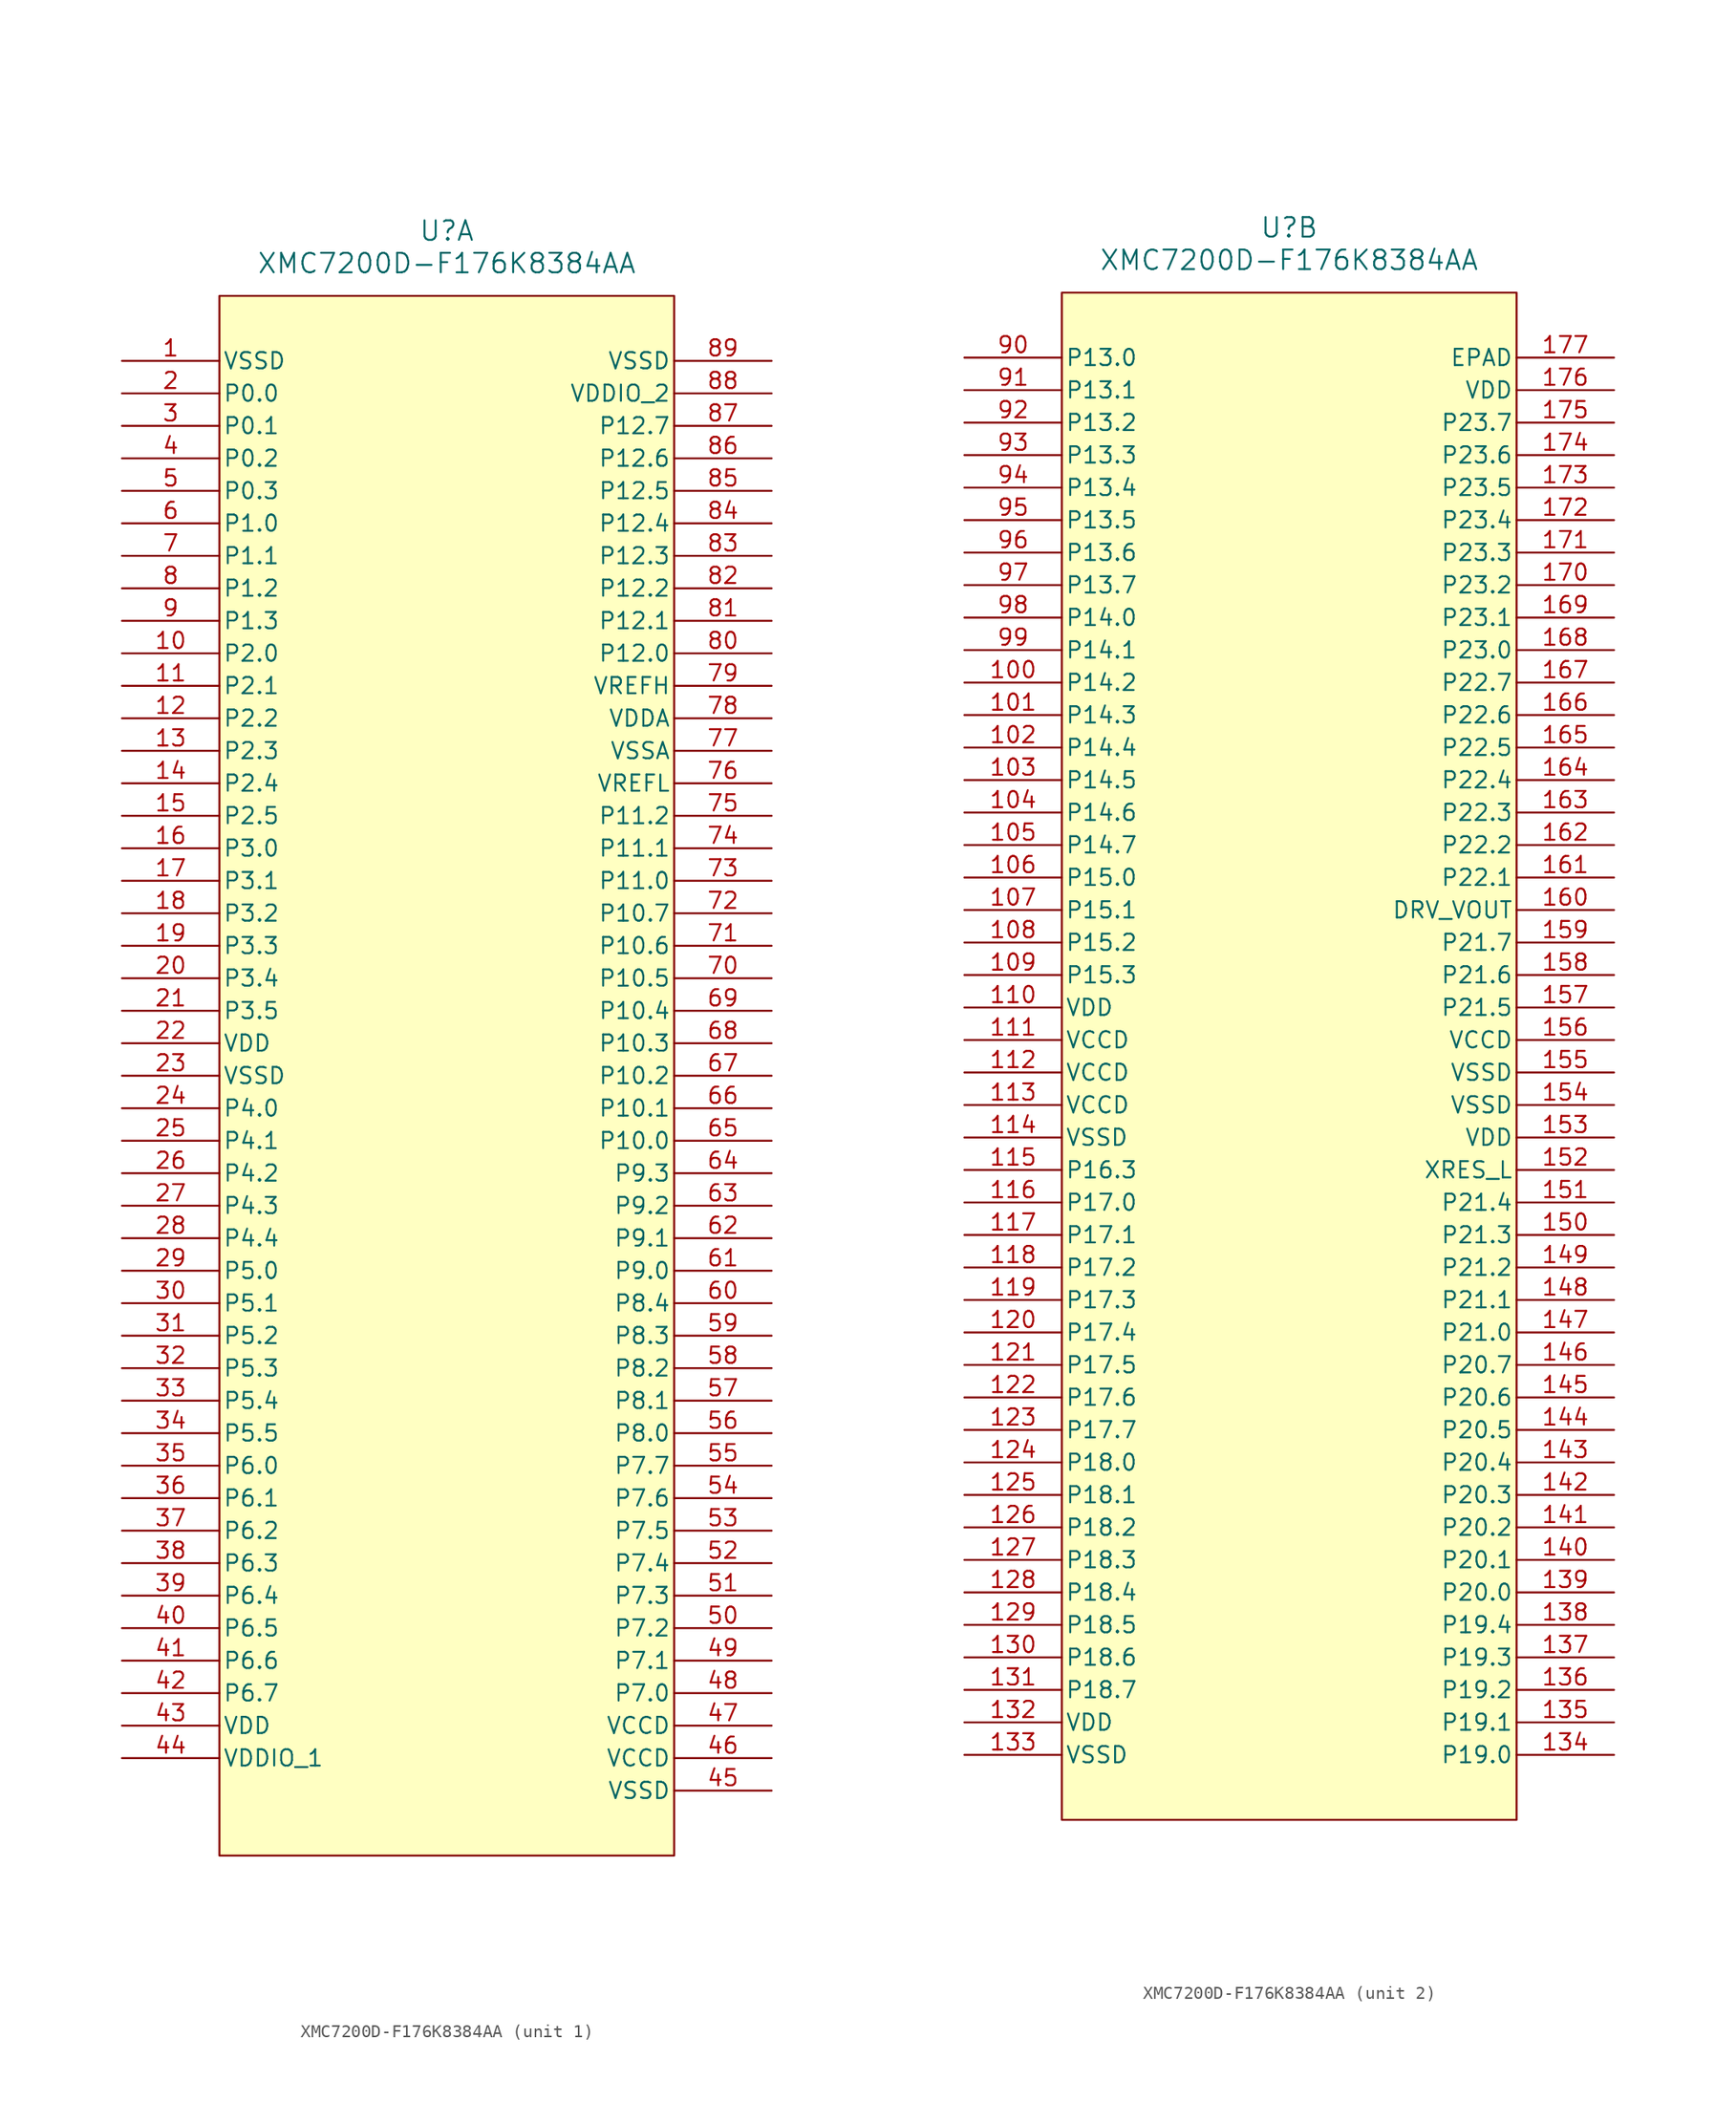
<source format=kicad_sym>
(kicad_symbol_lib
  (version 20231120)
  (generator "kicad_symbol_editor")
  (generator_version "8.0")
  (symbol "XMC7200D-F176K8384AA"
    (pin_names
      (offset 0.254))
    (property "Reference" "U"
      (at 25.4 10.16 0)
      (effects (font (size 1.524 1.524))))
    (property "Value" "XMC7200D-F176K8384AA"
      (at 25.4 7.62 0)
      (effects (font (size 1.524 1.524))))
    (property "ki_locked" ""
      (at 0 0 0)
      (effects (font (size 1.27 1.27))))
    (symbol "XMC7200D-F176K8384AA_1_1"
      (rectangle (start 7.62 5.08) (end 43.18 -116.84) (stroke (width 0) (type default)) (fill (type background)))
      (pin power_out line (at 0 0 0) (length 7.62) (name "VSSD" (effects (font (size 1.27 1.27)))) (number "1" (effects (font (size 1.27 1.27)))))
      (pin bidirectional line (at 0 -22.86 0) (length 7.62) (name "P2.0" (effects (font (size 1.27 1.27)))) (number "10" (effects (font (size 1.27 1.27)))))
      (pin bidirectional line (at 0 -25.4 0) (length 7.62) (name "P2.1" (effects (font (size 1.27 1.27)))) (number "11" (effects (font (size 1.27 1.27)))))
      (pin bidirectional line (at 0 -27.94 0) (length 7.62) (name "P2.2" (effects (font (size 1.27 1.27)))) (number "12" (effects (font (size 1.27 1.27)))))
      (pin bidirectional line (at 0 -30.48 0) (length 7.62) (name "P2.3" (effects (font (size 1.27 1.27)))) (number "13" (effects (font (size 1.27 1.27)))))
      (pin bidirectional line (at 0 -33.02 0) (length 7.62) (name "P2.4" (effects (font (size 1.27 1.27)))) (number "14" (effects (font (size 1.27 1.27)))))
      (pin bidirectional line (at 0 -35.56 0) (length 7.62) (name "P2.5" (effects (font (size 1.27 1.27)))) (number "15" (effects (font (size 1.27 1.27)))))
      (pin bidirectional line (at 0 -38.1 0) (length 7.62) (name "P3.0" (effects (font (size 1.27 1.27)))) (number "16" (effects (font (size 1.27 1.27)))))
      (pin bidirectional line (at 0 -40.64 0) (length 7.62) (name "P3.1" (effects (font (size 1.27 1.27)))) (number "17" (effects (font (size 1.27 1.27)))))
      (pin bidirectional line (at 0 -43.18 0) (length 7.62) (name "P3.2" (effects (font (size 1.27 1.27)))) (number "18" (effects (font (size 1.27 1.27)))))
      (pin bidirectional line (at 0 -45.72 0) (length 7.62) (name "P3.3" (effects (font (size 1.27 1.27)))) (number "19" (effects (font (size 1.27 1.27)))))
      (pin bidirectional line (at 0 -2.54 0) (length 7.62) (name "P0.0" (effects (font (size 1.27 1.27)))) (number "2" (effects (font (size 1.27 1.27)))))
      (pin bidirectional line (at 0 -48.26 0) (length 7.62) (name "P3.4" (effects (font (size 1.27 1.27)))) (number "20" (effects (font (size 1.27 1.27)))))
      (pin bidirectional line (at 0 -50.8 0) (length 7.62) (name "P3.5" (effects (font (size 1.27 1.27)))) (number "21" (effects (font (size 1.27 1.27)))))
      (pin power_in line (at 0 -53.34 0) (length 7.62) (name "VDD" (effects (font (size 1.27 1.27)))) (number "22" (effects (font (size 1.27 1.27)))))
      (pin power_out line (at 0 -55.88 0) (length 7.62) (name "VSSD" (effects (font (size 1.27 1.27)))) (number "23" (effects (font (size 1.27 1.27)))))
      (pin bidirectional line (at 0 -58.42 0) (length 7.62) (name "P4.0" (effects (font (size 1.27 1.27)))) (number "24" (effects (font (size 1.27 1.27)))))
      (pin bidirectional line (at 0 -60.96 0) (length 7.62) (name "P4.1" (effects (font (size 1.27 1.27)))) (number "25" (effects (font (size 1.27 1.27)))))
      (pin bidirectional line (at 0 -63.5 0) (length 7.62) (name "P4.2" (effects (font (size 1.27 1.27)))) (number "26" (effects (font (size 1.27 1.27)))))
      (pin bidirectional line (at 0 -66.04 0) (length 7.62) (name "P4.3" (effects (font (size 1.27 1.27)))) (number "27" (effects (font (size 1.27 1.27)))))
      (pin bidirectional line (at 0 -68.58 0) (length 7.62) (name "P4.4" (effects (font (size 1.27 1.27)))) (number "28" (effects (font (size 1.27 1.27)))))
      (pin bidirectional line (at 0 -71.12 0) (length 7.62) (name "P5.0" (effects (font (size 1.27 1.27)))) (number "29" (effects (font (size 1.27 1.27)))))
      (pin bidirectional line (at 0 -5.08 0) (length 7.62) (name "P0.1" (effects (font (size 1.27 1.27)))) (number "3" (effects (font (size 1.27 1.27)))))
      (pin bidirectional line (at 0 -73.66 0) (length 7.62) (name "P5.1" (effects (font (size 1.27 1.27)))) (number "30" (effects (font (size 1.27 1.27)))))
      (pin bidirectional line (at 0 -76.2 0) (length 7.62) (name "P5.2" (effects (font (size 1.27 1.27)))) (number "31" (effects (font (size 1.27 1.27)))))
      (pin bidirectional line (at 0 -78.74 0) (length 7.62) (name "P5.3" (effects (font (size 1.27 1.27)))) (number "32" (effects (font (size 1.27 1.27)))))
      (pin bidirectional line (at 0 -81.28 0) (length 7.62) (name "P5.4" (effects (font (size 1.27 1.27)))) (number "33" (effects (font (size 1.27 1.27)))))
      (pin bidirectional line (at 0 -83.82 0) (length 7.62) (name "P5.5" (effects (font (size 1.27 1.27)))) (number "34" (effects (font (size 1.27 1.27)))))
      (pin bidirectional line (at 0 -86.36 0) (length 7.62) (name "P6.0" (effects (font (size 1.27 1.27)))) (number "35" (effects (font (size 1.27 1.27)))))
      (pin bidirectional line (at 0 -88.9 0) (length 7.62) (name "P6.1" (effects (font (size 1.27 1.27)))) (number "36" (effects (font (size 1.27 1.27)))))
      (pin bidirectional line (at 0 -91.44 0) (length 7.62) (name "P6.2" (effects (font (size 1.27 1.27)))) (number "37" (effects (font (size 1.27 1.27)))))
      (pin bidirectional line (at 0 -93.98 0) (length 7.62) (name "P6.3" (effects (font (size 1.27 1.27)))) (number "38" (effects (font (size 1.27 1.27)))))
      (pin bidirectional line (at 0 -96.52 0) (length 7.62) (name "P6.4" (effects (font (size 1.27 1.27)))) (number "39" (effects (font (size 1.27 1.27)))))
      (pin bidirectional line (at 0 -7.62 0) (length 7.62) (name "P0.2" (effects (font (size 1.27 1.27)))) (number "4" (effects (font (size 1.27 1.27)))))
      (pin bidirectional line (at 0 -99.06 0) (length 7.62) (name "P6.5" (effects (font (size 1.27 1.27)))) (number "40" (effects (font (size 1.27 1.27)))))
      (pin bidirectional line (at 0 -101.6 0) (length 7.62) (name "P6.6" (effects (font (size 1.27 1.27)))) (number "41" (effects (font (size 1.27 1.27)))))
      (pin bidirectional line (at 0 -104.14 0) (length 7.62) (name "P6.7" (effects (font (size 1.27 1.27)))) (number "42" (effects (font (size 1.27 1.27)))))
      (pin power_in line (at 0 -106.68 0) (length 7.62) (name "VDD" (effects (font (size 1.27 1.27)))) (number "43" (effects (font (size 1.27 1.27)))))
      (pin power_in line (at 0 -109.22 0) (length 7.62) (name "VDDIO_1" (effects (font (size 1.27 1.27)))) (number "44" (effects (font (size 1.27 1.27)))))
      (pin power_out line (at 50.8 -111.76 180) (length 7.62) (name "VSSD" (effects (font (size 1.27 1.27)))) (number "45" (effects (font (size 1.27 1.27)))))
      (pin power_in line (at 50.8 -109.22 180) (length 7.62) (name "VCCD" (effects (font (size 1.27 1.27)))) (number "46" (effects (font (size 1.27 1.27)))))
      (pin power_in line (at 50.8 -106.68 180) (length 7.62) (name "VCCD" (effects (font (size 1.27 1.27)))) (number "47" (effects (font (size 1.27 1.27)))))
      (pin bidirectional line (at 50.8 -104.14 180) (length 7.62) (name "P7.0" (effects (font (size 1.27 1.27)))) (number "48" (effects (font (size 1.27 1.27)))))
      (pin bidirectional line (at 50.8 -101.6 180) (length 7.62) (name "P7.1" (effects (font (size 1.27 1.27)))) (number "49" (effects (font (size 1.27 1.27)))))
      (pin bidirectional line (at 0 -10.16 0) (length 7.62) (name "P0.3" (effects (font (size 1.27 1.27)))) (number "5" (effects (font (size 1.27 1.27)))))
      (pin bidirectional line (at 50.8 -99.06 180) (length 7.62) (name "P7.2" (effects (font (size 1.27 1.27)))) (number "50" (effects (font (size 1.27 1.27)))))
      (pin bidirectional line (at 50.8 -96.52 180) (length 7.62) (name "P7.3" (effects (font (size 1.27 1.27)))) (number "51" (effects (font (size 1.27 1.27)))))
      (pin bidirectional line (at 50.8 -93.98 180) (length 7.62) (name "P7.4" (effects (font (size 1.27 1.27)))) (number "52" (effects (font (size 1.27 1.27)))))
      (pin bidirectional line (at 50.8 -91.44 180) (length 7.62) (name "P7.5" (effects (font (size 1.27 1.27)))) (number "53" (effects (font (size 1.27 1.27)))))
      (pin bidirectional line (at 50.8 -88.9 180) (length 7.62) (name "P7.6" (effects (font (size 1.27 1.27)))) (number "54" (effects (font (size 1.27 1.27)))))
      (pin bidirectional line (at 50.8 -86.36 180) (length 7.62) (name "P7.7" (effects (font (size 1.27 1.27)))) (number "55" (effects (font (size 1.27 1.27)))))
      (pin bidirectional line (at 50.8 -83.82 180) (length 7.62) (name "P8.0" (effects (font (size 1.27 1.27)))) (number "56" (effects (font (size 1.27 1.27)))))
      (pin bidirectional line (at 50.8 -81.28 180) (length 7.62) (name "P8.1" (effects (font (size 1.27 1.27)))) (number "57" (effects (font (size 1.27 1.27)))))
      (pin bidirectional line (at 50.8 -78.74 180) (length 7.62) (name "P8.2" (effects (font (size 1.27 1.27)))) (number "58" (effects (font (size 1.27 1.27)))))
      (pin bidirectional line (at 50.8 -76.2 180) (length 7.62) (name "P8.3" (effects (font (size 1.27 1.27)))) (number "59" (effects (font (size 1.27 1.27)))))
      (pin bidirectional line (at 0 -12.7 0) (length 7.62) (name "P1.0" (effects (font (size 1.27 1.27)))) (number "6" (effects (font (size 1.27 1.27)))))
      (pin bidirectional line (at 50.8 -73.66 180) (length 7.62) (name "P8.4" (effects (font (size 1.27 1.27)))) (number "60" (effects (font (size 1.27 1.27)))))
      (pin bidirectional line (at 50.8 -71.12 180) (length 7.62) (name "P9.0" (effects (font (size 1.27 1.27)))) (number "61" (effects (font (size 1.27 1.27)))))
      (pin bidirectional line (at 50.8 -68.58 180) (length 7.62) (name "P9.1" (effects (font (size 1.27 1.27)))) (number "62" (effects (font (size 1.27 1.27)))))
      (pin bidirectional line (at 50.8 -66.04 180) (length 7.62) (name "P9.2" (effects (font (size 1.27 1.27)))) (number "63" (effects (font (size 1.27 1.27)))))
      (pin bidirectional line (at 50.8 -63.5 180) (length 7.62) (name "P9.3" (effects (font (size 1.27 1.27)))) (number "64" (effects (font (size 1.27 1.27)))))
      (pin bidirectional line (at 50.8 -60.96 180) (length 7.62) (name "P10.0" (effects (font (size 1.27 1.27)))) (number "65" (effects (font (size 1.27 1.27)))))
      (pin bidirectional line (at 50.8 -58.42 180) (length 7.62) (name "P10.1" (effects (font (size 1.27 1.27)))) (number "66" (effects (font (size 1.27 1.27)))))
      (pin bidirectional line (at 50.8 -55.88 180) (length 7.62) (name "P10.2" (effects (font (size 1.27 1.27)))) (number "67" (effects (font (size 1.27 1.27)))))
      (pin bidirectional line (at 50.8 -53.34 180) (length 7.62) (name "P10.3" (effects (font (size 1.27 1.27)))) (number "68" (effects (font (size 1.27 1.27)))))
      (pin bidirectional line (at 50.8 -50.8 180) (length 7.62) (name "P10.4" (effects (font (size 1.27 1.27)))) (number "69" (effects (font (size 1.27 1.27)))))
      (pin bidirectional line (at 0 -15.24 0) (length 7.62) (name "P1.1" (effects (font (size 1.27 1.27)))) (number "7" (effects (font (size 1.27 1.27)))))
      (pin bidirectional line (at 50.8 -48.26 180) (length 7.62) (name "P10.5" (effects (font (size 1.27 1.27)))) (number "70" (effects (font (size 1.27 1.27)))))
      (pin bidirectional line (at 50.8 -45.72 180) (length 7.62) (name "P10.6" (effects (font (size 1.27 1.27)))) (number "71" (effects (font (size 1.27 1.27)))))
      (pin bidirectional line (at 50.8 -43.18 180) (length 7.62) (name "P10.7" (effects (font (size 1.27 1.27)))) (number "72" (effects (font (size 1.27 1.27)))))
      (pin bidirectional line (at 50.8 -40.64 180) (length 7.62) (name "P11.0" (effects (font (size 1.27 1.27)))) (number "73" (effects (font (size 1.27 1.27)))))
      (pin bidirectional line (at 50.8 -38.1 180) (length 7.62) (name "P11.1" (effects (font (size 1.27 1.27)))) (number "74" (effects (font (size 1.27 1.27)))))
      (pin bidirectional line (at 50.8 -35.56 180) (length 7.62) (name "P11.2" (effects (font (size 1.27 1.27)))) (number "75" (effects (font (size 1.27 1.27)))))
      (pin power_in line (at 50.8 -33.02 180) (length 7.62) (name "VREFL" (effects (font (size 1.27 1.27)))) (number "76" (effects (font (size 1.27 1.27)))))
      (pin power_out line (at 50.8 -30.48 180) (length 7.62) (name "VSSA" (effects (font (size 1.27 1.27)))) (number "77" (effects (font (size 1.27 1.27)))))
      (pin power_in line (at 50.8 -27.94 180) (length 7.62) (name "VDDA" (effects (font (size 1.27 1.27)))) (number "78" (effects (font (size 1.27 1.27)))))
      (pin power_in line (at 50.8 -25.4 180) (length 7.62) (name "VREFH" (effects (font (size 1.27 1.27)))) (number "79" (effects (font (size 1.27 1.27)))))
      (pin bidirectional line (at 0 -17.78 0) (length 7.62) (name "P1.2" (effects (font (size 1.27 1.27)))) (number "8" (effects (font (size 1.27 1.27)))))
      (pin bidirectional line (at 50.8 -22.86 180) (length 7.62) (name "P12.0" (effects (font (size 1.27 1.27)))) (number "80" (effects (font (size 1.27 1.27)))))
      (pin bidirectional line (at 50.8 -20.32 180) (length 7.62) (name "P12.1" (effects (font (size 1.27 1.27)))) (number "81" (effects (font (size 1.27 1.27)))))
      (pin bidirectional line (at 50.8 -17.78 180) (length 7.62) (name "P12.2" (effects (font (size 1.27 1.27)))) (number "82" (effects (font (size 1.27 1.27)))))
      (pin bidirectional line (at 50.8 -15.24 180) (length 7.62) (name "P12.3" (effects (font (size 1.27 1.27)))) (number "83" (effects (font (size 1.27 1.27)))))
      (pin bidirectional line (at 50.8 -12.7 180) (length 7.62) (name "P12.4" (effects (font (size 1.27 1.27)))) (number "84" (effects (font (size 1.27 1.27)))))
      (pin bidirectional line (at 50.8 -10.16 180) (length 7.62) (name "P12.5" (effects (font (size 1.27 1.27)))) (number "85" (effects (font (size 1.27 1.27)))))
      (pin bidirectional line (at 50.8 -7.62 180) (length 7.62) (name "P12.6" (effects (font (size 1.27 1.27)))) (number "86" (effects (font (size 1.27 1.27)))))
      (pin bidirectional line (at 50.8 -5.08 180) (length 7.62) (name "P12.7" (effects (font (size 1.27 1.27)))) (number "87" (effects (font (size 1.27 1.27)))))
      (pin power_in line (at 50.8 -2.54 180) (length 7.62) (name "VDDIO_2" (effects (font (size 1.27 1.27)))) (number "88" (effects (font (size 1.27 1.27)))))
      (pin power_out line (at 50.8 0 180) (length 7.62) (name "VSSD" (effects (font (size 1.27 1.27)))) (number "89" (effects (font (size 1.27 1.27)))))
      (pin bidirectional line (at 0 -20.32 0) (length 7.62) (name "P1.3" (effects (font (size 1.27 1.27)))) (number "9" (effects (font (size 1.27 1.27))))))
    (symbol "XMC7200D-F176K8384AA_2_1"
      (rectangle (start 7.62 5.08) (end 43.18 -114.3) (stroke (width 0) (type default)) (fill (type background)))
      (pin bidirectional line (at 0 -25.4 0) (length 7.62) (name "P14.2" (effects (font (size 1.27 1.27)))) (number "100" (effects (font (size 1.27 1.27)))))
      (pin bidirectional line (at 0 -27.94 0) (length 7.62) (name "P14.3" (effects (font (size 1.27 1.27)))) (number "101" (effects (font (size 1.27 1.27)))))
      (pin bidirectional line (at 0 -30.48 0) (length 7.62) (name "P14.4" (effects (font (size 1.27 1.27)))) (number "102" (effects (font (size 1.27 1.27)))))
      (pin bidirectional line (at 0 -33.02 0) (length 7.62) (name "P14.5" (effects (font (size 1.27 1.27)))) (number "103" (effects (font (size 1.27 1.27)))))
      (pin bidirectional line (at 0 -35.56 0) (length 7.62) (name "P14.6" (effects (font (size 1.27 1.27)))) (number "104" (effects (font (size 1.27 1.27)))))
      (pin bidirectional line (at 0 -38.1 0) (length 7.62) (name "P14.7" (effects (font (size 1.27 1.27)))) (number "105" (effects (font (size 1.27 1.27)))))
      (pin bidirectional line (at 0 -40.64 0) (length 7.62) (name "P15.0" (effects (font (size 1.27 1.27)))) (number "106" (effects (font (size 1.27 1.27)))))
      (pin bidirectional line (at 0 -43.18 0) (length 7.62) (name "P15.1" (effects (font (size 1.27 1.27)))) (number "107" (effects (font (size 1.27 1.27)))))
      (pin bidirectional line (at 0 -45.72 0) (length 7.62) (name "P15.2" (effects (font (size 1.27 1.27)))) (number "108" (effects (font (size 1.27 1.27)))))
      (pin bidirectional line (at 0 -48.26 0) (length 7.62) (name "P15.3" (effects (font (size 1.27 1.27)))) (number "109" (effects (font (size 1.27 1.27)))))
      (pin power_in line (at 0 -50.8 0) (length 7.62) (name "VDD" (effects (font (size 1.27 1.27)))) (number "110" (effects (font (size 1.27 1.27)))))
      (pin power_in line (at 0 -53.34 0) (length 7.62) (name "VCCD" (effects (font (size 1.27 1.27)))) (number "111" (effects (font (size 1.27 1.27)))))
      (pin power_in line (at 0 -55.88 0) (length 7.62) (name "VCCD" (effects (font (size 1.27 1.27)))) (number "112" (effects (font (size 1.27 1.27)))))
      (pin power_in line (at 0 -58.42 0) (length 7.62) (name "VCCD" (effects (font (size 1.27 1.27)))) (number "113" (effects (font (size 1.27 1.27)))))
      (pin power_out line (at 0 -60.96 0) (length 7.62) (name "VSSD" (effects (font (size 1.27 1.27)))) (number "114" (effects (font (size 1.27 1.27)))))
      (pin bidirectional line (at 0 -63.5 0) (length 7.62) (name "P16.3" (effects (font (size 1.27 1.27)))) (number "115" (effects (font (size 1.27 1.27)))))
      (pin bidirectional line (at 0 -66.04 0) (length 7.62) (name "P17.0" (effects (font (size 1.27 1.27)))) (number "116" (effects (font (size 1.27 1.27)))))
      (pin bidirectional line (at 0 -68.58 0) (length 7.62) (name "P17.1" (effects (font (size 1.27 1.27)))) (number "117" (effects (font (size 1.27 1.27)))))
      (pin bidirectional line (at 0 -71.12 0) (length 7.62) (name "P17.2" (effects (font (size 1.27 1.27)))) (number "118" (effects (font (size 1.27 1.27)))))
      (pin bidirectional line (at 0 -73.66 0) (length 7.62) (name "P17.3" (effects (font (size 1.27 1.27)))) (number "119" (effects (font (size 1.27 1.27)))))
      (pin bidirectional line (at 0 -76.2 0) (length 7.62) (name "P17.4" (effects (font (size 1.27 1.27)))) (number "120" (effects (font (size 1.27 1.27)))))
      (pin bidirectional line (at 0 -78.74 0) (length 7.62) (name "P17.5" (effects (font (size 1.27 1.27)))) (number "121" (effects (font (size 1.27 1.27)))))
      (pin bidirectional line (at 0 -81.28 0) (length 7.62) (name "P17.6" (effects (font (size 1.27 1.27)))) (number "122" (effects (font (size 1.27 1.27)))))
      (pin bidirectional line (at 0 -83.82 0) (length 7.62) (name "P17.7" (effects (font (size 1.27 1.27)))) (number "123" (effects (font (size 1.27 1.27)))))
      (pin bidirectional line (at 0 -86.36 0) (length 7.62) (name "P18.0" (effects (font (size 1.27 1.27)))) (number "124" (effects (font (size 1.27 1.27)))))
      (pin bidirectional line (at 0 -88.9 0) (length 7.62) (name "P18.1" (effects (font (size 1.27 1.27)))) (number "125" (effects (font (size 1.27 1.27)))))
      (pin bidirectional line (at 0 -91.44 0) (length 7.62) (name "P18.2" (effects (font (size 1.27 1.27)))) (number "126" (effects (font (size 1.27 1.27)))))
      (pin bidirectional line (at 0 -93.98 0) (length 7.62) (name "P18.3" (effects (font (size 1.27 1.27)))) (number "127" (effects (font (size 1.27 1.27)))))
      (pin bidirectional line (at 0 -96.52 0) (length 7.62) (name "P18.4" (effects (font (size 1.27 1.27)))) (number "128" (effects (font (size 1.27 1.27)))))
      (pin bidirectional line (at 0 -99.06 0) (length 7.62) (name "P18.5" (effects (font (size 1.27 1.27)))) (number "129" (effects (font (size 1.27 1.27)))))
      (pin bidirectional line (at 0 -101.6 0) (length 7.62) (name "P18.6" (effects (font (size 1.27 1.27)))) (number "130" (effects (font (size 1.27 1.27)))))
      (pin bidirectional line (at 0 -104.14 0) (length 7.62) (name "P18.7" (effects (font (size 1.27 1.27)))) (number "131" (effects (font (size 1.27 1.27)))))
      (pin power_in line (at 0 -106.68 0) (length 7.62) (name "VDD" (effects (font (size 1.27 1.27)))) (number "132" (effects (font (size 1.27 1.27)))))
      (pin power_out line (at 0 -109.22 0) (length 7.62) (name "VSSD" (effects (font (size 1.27 1.27)))) (number "133" (effects (font (size 1.27 1.27)))))
      (pin bidirectional line (at 50.8 -109.22 180) (length 7.62) (name "P19.0" (effects (font (size 1.27 1.27)))) (number "134" (effects (font (size 1.27 1.27)))))
      (pin bidirectional line (at 50.8 -106.68 180) (length 7.62) (name "P19.1" (effects (font (size 1.27 1.27)))) (number "135" (effects (font (size 1.27 1.27)))))
      (pin bidirectional line (at 50.8 -104.14 180) (length 7.62) (name "P19.2" (effects (font (size 1.27 1.27)))) (number "136" (effects (font (size 1.27 1.27)))))
      (pin bidirectional line (at 50.8 -101.6 180) (length 7.62) (name "P19.3" (effects (font (size 1.27 1.27)))) (number "137" (effects (font (size 1.27 1.27)))))
      (pin bidirectional line (at 50.8 -99.06 180) (length 7.62) (name "P19.4" (effects (font (size 1.27 1.27)))) (number "138" (effects (font (size 1.27 1.27)))))
      (pin bidirectional line (at 50.8 -96.52 180) (length 7.62) (name "P20.0" (effects (font (size 1.27 1.27)))) (number "139" (effects (font (size 1.27 1.27)))))
      (pin bidirectional line (at 50.8 -93.98 180) (length 7.62) (name "P20.1" (effects (font (size 1.27 1.27)))) (number "140" (effects (font (size 1.27 1.27)))))
      (pin bidirectional line (at 50.8 -91.44 180) (length 7.62) (name "P20.2" (effects (font (size 1.27 1.27)))) (number "141" (effects (font (size 1.27 1.27)))))
      (pin bidirectional line (at 50.8 -88.9 180) (length 7.62) (name "P20.3" (effects (font (size 1.27 1.27)))) (number "142" (effects (font (size 1.27 1.27)))))
      (pin bidirectional line (at 50.8 -86.36 180) (length 7.62) (name "P20.4" (effects (font (size 1.27 1.27)))) (number "143" (effects (font (size 1.27 1.27)))))
      (pin bidirectional line (at 50.8 -83.82 180) (length 7.62) (name "P20.5" (effects (font (size 1.27 1.27)))) (number "144" (effects (font (size 1.27 1.27)))))
      (pin bidirectional line (at 50.8 -81.28 180) (length 7.62) (name "P20.6" (effects (font (size 1.27 1.27)))) (number "145" (effects (font (size 1.27 1.27)))))
      (pin bidirectional line (at 50.8 -78.74 180) (length 7.62) (name "P20.7" (effects (font (size 1.27 1.27)))) (number "146" (effects (font (size 1.27 1.27)))))
      (pin bidirectional line (at 50.8 -76.2 180) (length 7.62) (name "P21.0" (effects (font (size 1.27 1.27)))) (number "147" (effects (font (size 1.27 1.27)))))
      (pin bidirectional line (at 50.8 -73.66 180) (length 7.62) (name "P21.1" (effects (font (size 1.27 1.27)))) (number "148" (effects (font (size 1.27 1.27)))))
      (pin bidirectional line (at 50.8 -71.12 180) (length 7.62) (name "P21.2" (effects (font (size 1.27 1.27)))) (number "149" (effects (font (size 1.27 1.27)))))
      (pin bidirectional line (at 50.8 -68.58 180) (length 7.62) (name "P21.3" (effects (font (size 1.27 1.27)))) (number "150" (effects (font (size 1.27 1.27)))))
      (pin bidirectional line (at 50.8 -66.04 180) (length 7.62) (name "P21.4" (effects (font (size 1.27 1.27)))) (number "151" (effects (font (size 1.27 1.27)))))
      (pin input line (at 50.8 -63.5 180) (length 7.62) (name "XRES_L" (effects (font (size 1.27 1.27)))) (number "152" (effects (font (size 1.27 1.27)))))
      (pin power_in line (at 50.8 -60.96 180) (length 7.62) (name "VDD" (effects (font (size 1.27 1.27)))) (number "153" (effects (font (size 1.27 1.27)))))
      (pin power_out line (at 50.8 -58.42 180) (length 7.62) (name "VSSD" (effects (font (size 1.27 1.27)))) (number "154" (effects (font (size 1.27 1.27)))))
      (pin power_out line (at 50.8 -55.88 180) (length 7.62) (name "VSSD" (effects (font (size 1.27 1.27)))) (number "155" (effects (font (size 1.27 1.27)))))
      (pin power_in line (at 50.8 -53.34 180) (length 7.62) (name "VCCD" (effects (font (size 1.27 1.27)))) (number "156" (effects (font (size 1.27 1.27)))))
      (pin bidirectional line (at 50.8 -50.8 180) (length 7.62) (name "P21.5" (effects (font (size 1.27 1.27)))) (number "157" (effects (font (size 1.27 1.27)))))
      (pin bidirectional line (at 50.8 -48.26 180) (length 7.62) (name "P21.6" (effects (font (size 1.27 1.27)))) (number "158" (effects (font (size 1.27 1.27)))))
      (pin bidirectional line (at 50.8 -45.72 180) (length 7.62) (name "P21.7" (effects (font (size 1.27 1.27)))) (number "159" (effects (font (size 1.27 1.27)))))
      (pin output line (at 50.8 -43.18 180) (length 7.62) (name "DRV_VOUT" (effects (font (size 1.27 1.27)))) (number "160" (effects (font (size 1.27 1.27)))))
      (pin bidirectional line (at 50.8 -40.64 180) (length 7.62) (name "P22.1" (effects (font (size 1.27 1.27)))) (number "161" (effects (font (size 1.27 1.27)))))
      (pin bidirectional line (at 50.8 -38.1 180) (length 7.62) (name "P22.2" (effects (font (size 1.27 1.27)))) (number "162" (effects (font (size 1.27 1.27)))))
      (pin bidirectional line (at 50.8 -35.56 180) (length 7.62) (name "P22.3" (effects (font (size 1.27 1.27)))) (number "163" (effects (font (size 1.27 1.27)))))
      (pin bidirectional line (at 50.8 -33.02 180) (length 7.62) (name "P22.4" (effects (font (size 1.27 1.27)))) (number "164" (effects (font (size 1.27 1.27)))))
      (pin bidirectional line (at 50.8 -30.48 180) (length 7.62) (name "P22.5" (effects (font (size 1.27 1.27)))) (number "165" (effects (font (size 1.27 1.27)))))
      (pin bidirectional line (at 50.8 -27.94 180) (length 7.62) (name "P22.6" (effects (font (size 1.27 1.27)))) (number "166" (effects (font (size 1.27 1.27)))))
      (pin bidirectional line (at 50.8 -25.4 180) (length 7.62) (name "P22.7" (effects (font (size 1.27 1.27)))) (number "167" (effects (font (size 1.27 1.27)))))
      (pin bidirectional line (at 50.8 -22.86 180) (length 7.62) (name "P23.0" (effects (font (size 1.27 1.27)))) (number "168" (effects (font (size 1.27 1.27)))))
      (pin bidirectional line (at 50.8 -20.32 180) (length 7.62) (name "P23.1" (effects (font (size 1.27 1.27)))) (number "169" (effects (font (size 1.27 1.27)))))
      (pin bidirectional line (at 50.8 -17.78 180) (length 7.62) (name "P23.2" (effects (font (size 1.27 1.27)))) (number "170" (effects (font (size 1.27 1.27)))))
      (pin bidirectional line (at 50.8 -15.24 180) (length 7.62) (name "P23.3" (effects (font (size 1.27 1.27)))) (number "171" (effects (font (size 1.27 1.27)))))
      (pin bidirectional line (at 50.8 -12.7 180) (length 7.62) (name "P23.4" (effects (font (size 1.27 1.27)))) (number "172" (effects (font (size 1.27 1.27)))))
      (pin bidirectional line (at 50.8 -10.16 180) (length 7.62) (name "P23.5" (effects (font (size 1.27 1.27)))) (number "173" (effects (font (size 1.27 1.27)))))
      (pin bidirectional line (at 50.8 -7.62 180) (length 7.62) (name "P23.6" (effects (font (size 1.27 1.27)))) (number "174" (effects (font (size 1.27 1.27)))))
      (pin bidirectional line (at 50.8 -5.08 180) (length 7.62) (name "P23.7" (effects (font (size 1.27 1.27)))) (number "175" (effects (font (size 1.27 1.27)))))
      (pin power_in line (at 50.8 -2.54 180) (length 7.62) (name "VDD" (effects (font (size 1.27 1.27)))) (number "176" (effects (font (size 1.27 1.27)))))
      (pin power_out line (at 50.8 0 180) (length 7.62) (name "EPAD" (effects (font (size 1.27 1.27)))) (number "177" (effects (font (size 1.27 1.27)))))
      (pin bidirectional line (at 0 0 0) (length 7.62) (name "P13.0" (effects (font (size 1.27 1.27)))) (number "90" (effects (font (size 1.27 1.27)))))
      (pin bidirectional line (at 0 -2.54 0) (length 7.62) (name "P13.1" (effects (font (size 1.27 1.27)))) (number "91" (effects (font (size 1.27 1.27)))))
      (pin bidirectional line (at 0 -5.08 0) (length 7.62) (name "P13.2" (effects (font (size 1.27 1.27)))) (number "92" (effects (font (size 1.27 1.27)))))
      (pin bidirectional line (at 0 -7.62 0) (length 7.62) (name "P13.3" (effects (font (size 1.27 1.27)))) (number "93" (effects (font (size 1.27 1.27)))))
      (pin bidirectional line (at 0 -10.16 0) (length 7.62) (name "P13.4" (effects (font (size 1.27 1.27)))) (number "94" (effects (font (size 1.27 1.27)))))
      (pin bidirectional line (at 0 -12.7 0) (length 7.62) (name "P13.5" (effects (font (size 1.27 1.27)))) (number "95" (effects (font (size 1.27 1.27)))))
      (pin bidirectional line (at 0 -15.24 0) (length 7.62) (name "P13.6" (effects (font (size 1.27 1.27)))) (number "96" (effects (font (size 1.27 1.27)))))
      (pin bidirectional line (at 0 -17.78 0) (length 7.62) (name "P13.7" (effects (font (size 1.27 1.27)))) (number "97" (effects (font (size 1.27 1.27)))))
      (pin bidirectional line (at 0 -20.32 0) (length 7.62) (name "P14.0" (effects (font (size 1.27 1.27)))) (number "98" (effects (font (size 1.27 1.27)))))
      (pin bidirectional line (at 0 -22.86 0) (length 7.62) (name "P14.1" (effects (font (size 1.27 1.27)))) (number "99" (effects (font (size 1.27 1.27))))))))
</source>
